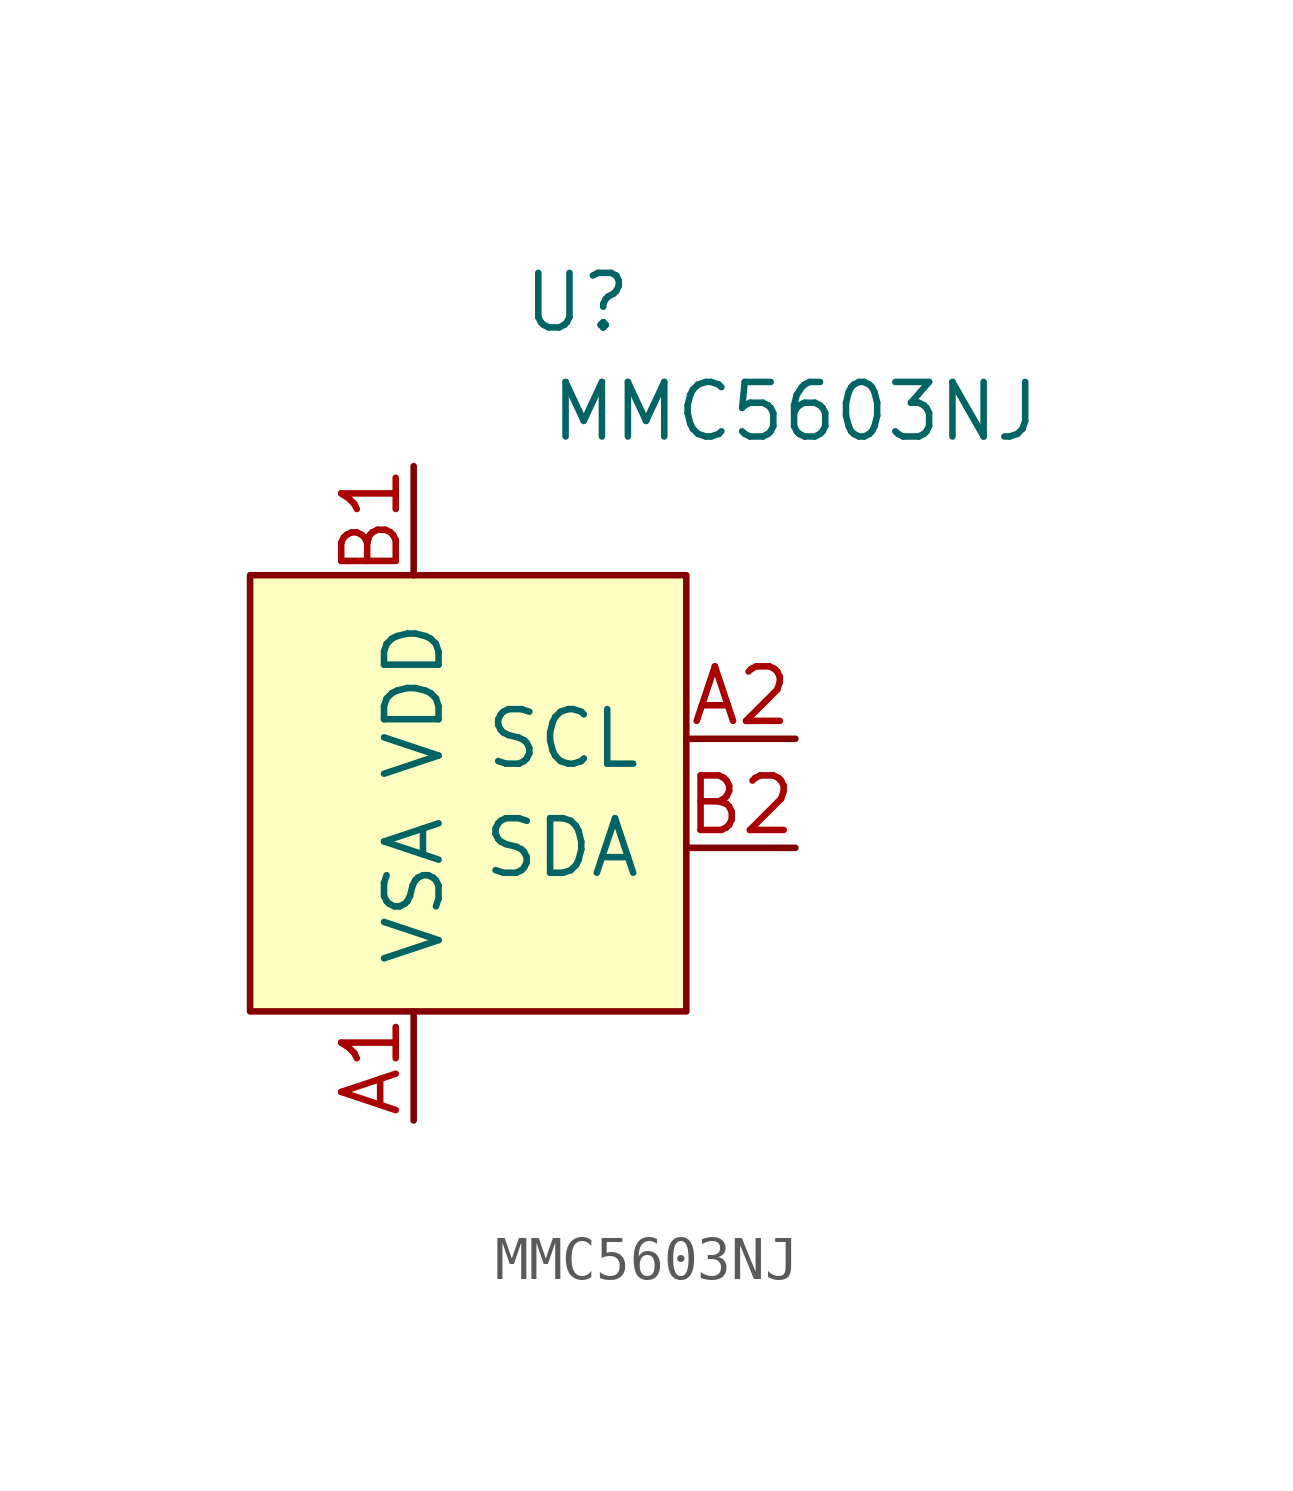
<source format=kicad_sym>
(kicad_symbol_lib
  (version 20220914)
  (generator kicad_symbol_editor)
  (symbol "MMC5603NJ"
    (pin_names
      (offset 1.016))
    (property "Reference" "U"
      (at 3.81 8.89 0)
      (effects (font (size 1.27 1.27))))
    (property "Value" "MMC5603NJ"
      (at 8.89 6.35 0)
      (effects (font (size 1.27 1.27))))
    (symbol "MMC5603NJ_0_1"
      (rectangle (start 6.35 2.54) (end -3.81 -7.62) (stroke (width 0) (type default)) (fill (type background))))
    (symbol "MMC5603NJ_1_1"
      (pin power_in line (at 0 -10.16 90) (length 2.54) (name "VSA" (effects (font (size 1.27 1.27)))) (number "A1" (effects (font (size 1.27 1.27)))))
      (pin input line (at 8.89 -1.27 180) (length 2.54) (name "SCL" (effects (font (size 1.27 1.27)))) (number "A2" (effects (font (size 1.27 1.27)))))
      (pin power_in line (at 0 5.08 270) (length 2.54) (name "VDD" (effects (font (size 1.27 1.27)))) (number "B1" (effects (font (size 1.27 1.27)))))
      (pin bidirectional line (at 8.89 -3.81 180) (length 2.54) (name "SDA" (effects (font (size 1.27 1.27)))) (number "B2" (effects (font (size 1.27 1.27))))))))
</source>
